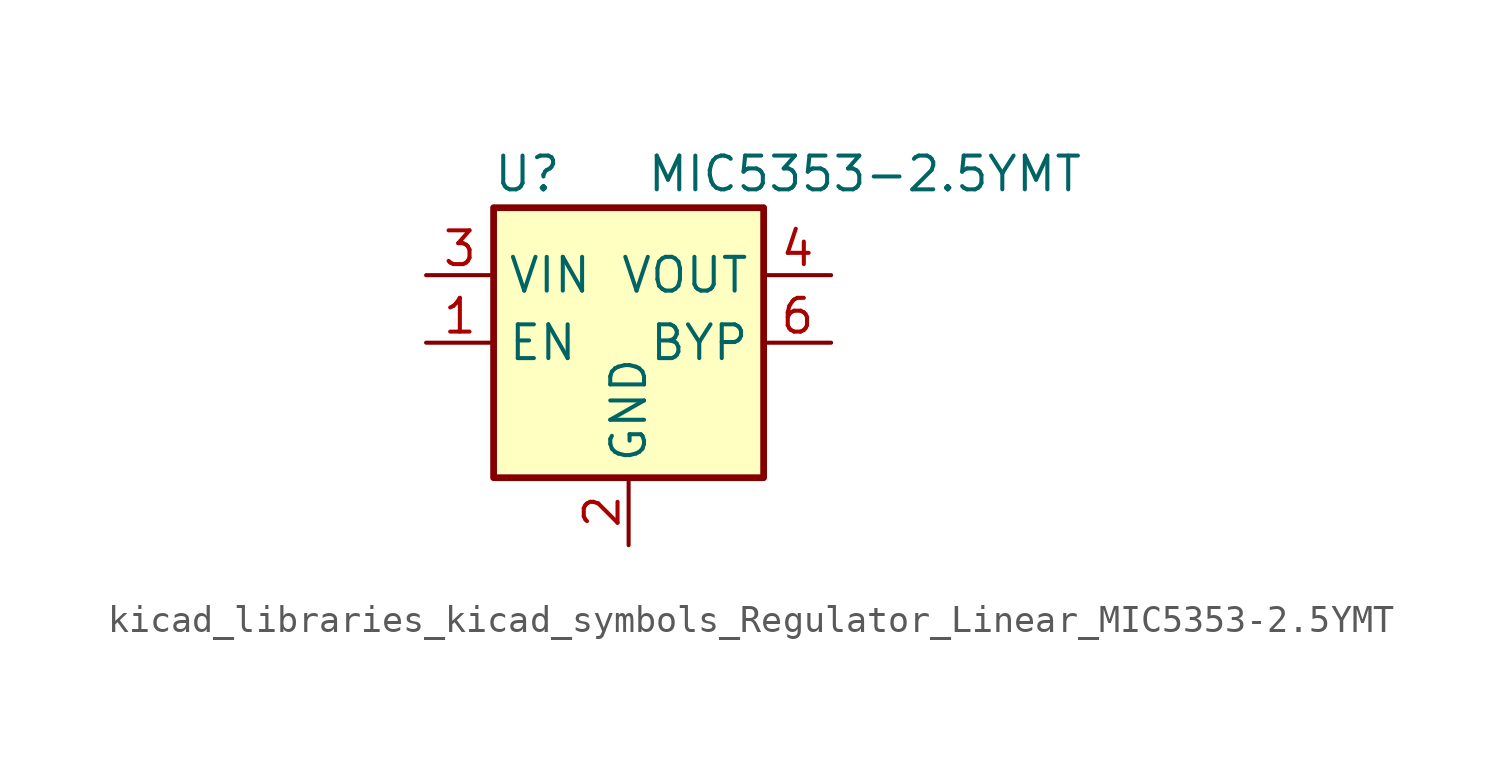
<source format=kicad_sym>
(kicad_symbol_lib
  (version 20220914)
  (generator kicad_symbol_editor)
  (symbol "kicad_libraries_kicad_symbols_Regulator_Linear_MIC5353-2.5YMT"
    (property "Reference" "U"
      (at -3.81 6.35 0)
      (effects (font (size 1.27 1.27))))
    (property "Value" "MIC5353-2.5YMT"
      (at 8.89 6.35 0)
      (effects (font (size 1.27 1.27))))
    (symbol "kicad_libraries_kicad_symbols_Regulator_Linear_MIC5353-2.5YMT_0_1"
      (rectangle (start -5.08 -5.08) (end 5.08 5.08) (stroke (width 0.254) (type default)) (fill (type background)))
      (pin input line (at -7.62 0 0) (length 2.54) (name "EN" (effects (font (size 1.27 1.27)))) (number "1" (effects (font (size 1.27 1.27)))))
      (pin power_in line (at 0 -7.62 90) (length 2.54) (name "GND" (effects (font (size 1.27 1.27)))) (number "2" (effects (font (size 1.27 1.27)))))
      (pin power_in line (at -7.62 2.54 0) (length 2.54) (name "VIN" (effects (font (size 1.27 1.27)))) (number "3" (effects (font (size 1.27 1.27)))))
      (pin power_out line (at 7.62 2.54 180) (length 2.54) (name "VOUT" (effects (font (size 1.27 1.27)))) (number "4" (effects (font (size 1.27 1.27)))))
      (pin no_connect line (at 5.08 -2.54 180) (length 2.54) hide (name "NC" (effects (font (size 1.27 1.27)))) (number "5" (effects (font (size 1.27 1.27)))))
      (pin passive line (at 7.62 0 180) (length 2.54) (name "BYP" (effects (font (size 1.27 1.27)))) (number "6" (effects (font (size 1.27 1.27)))))
      (pin passive line (at 0 -7.62 90) (length 2.54) hide (name "GND" (effects (font (size 1.27 1.27)))) (number "7" (effects (font (size 1.27 1.27))))))))
</source>
